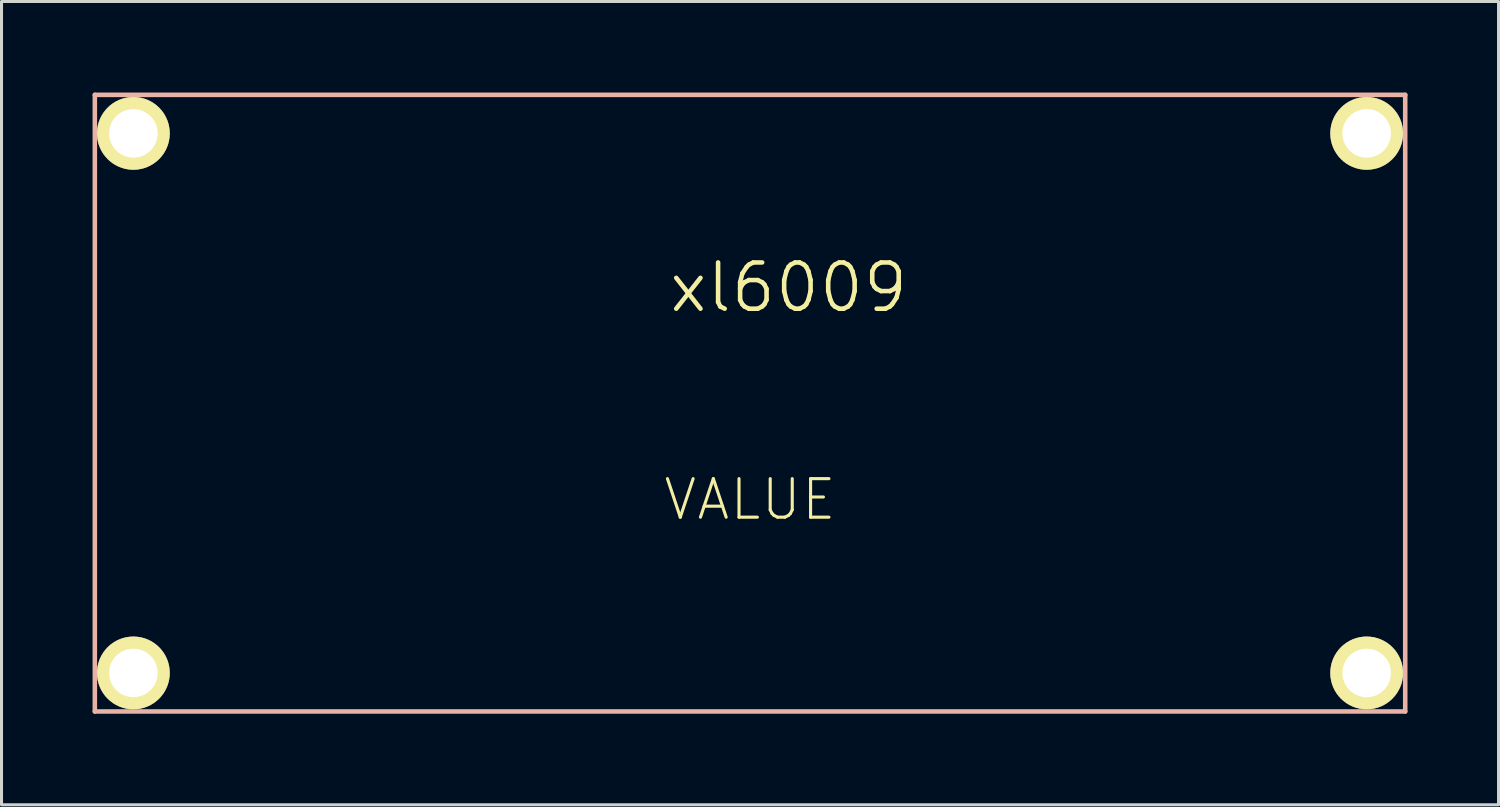
<source format=kicad_pcb>
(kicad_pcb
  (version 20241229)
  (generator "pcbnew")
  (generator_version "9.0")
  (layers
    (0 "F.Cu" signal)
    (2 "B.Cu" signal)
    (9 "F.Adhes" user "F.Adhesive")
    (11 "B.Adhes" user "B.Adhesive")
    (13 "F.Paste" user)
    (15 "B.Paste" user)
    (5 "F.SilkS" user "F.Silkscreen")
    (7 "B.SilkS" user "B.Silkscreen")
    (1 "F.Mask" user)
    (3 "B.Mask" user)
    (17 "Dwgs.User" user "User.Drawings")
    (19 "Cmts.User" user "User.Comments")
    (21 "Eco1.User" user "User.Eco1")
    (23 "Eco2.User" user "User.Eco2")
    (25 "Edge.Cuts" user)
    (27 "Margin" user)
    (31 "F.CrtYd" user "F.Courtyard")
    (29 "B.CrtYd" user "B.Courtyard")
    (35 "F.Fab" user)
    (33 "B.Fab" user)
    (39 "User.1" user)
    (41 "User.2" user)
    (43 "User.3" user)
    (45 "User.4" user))
  (footprint "xl6009"
    (layer "F.Cu")
    (at 30.555 12.775)
    (property "Reference" "xl6009" (at -7.62 -6.35 0) (layer "F.SilkS") (effects (font (size 1.524 1.524) (thickness 0.15))))
    (attr exclude_from_pos_files exclude_from_bom)
    (fp_line (start -30.48 -12.7) (end 12.7 -12.7) (stroke (width 0.15) (type solid)) (layer "B.SilkS"))
    (fp_line (start -30.48 7.62) (end -30.48 -12.7) (stroke (width 0.15) (type solid)) (layer "B.SilkS"))
    (fp_line (start 12.7 -12.7) (end 12.7 7.62) (stroke (width 0.15) (type solid)) (layer "B.SilkS"))
    (fp_line (start 12.7 7.62) (end -30.48 7.62) (stroke (width 0.15) (type solid)) (layer "B.SilkS"))
    (fp_text user "VALUE" (at -8.89 0.635 0) (layer "F.SilkS") (effects (font (size 1.27 1.27) (thickness 0.102))))
    (pad "IN+" thru_hole circle (at -29.21 -11.43) (size 2.398 2.398) (drill 1.598) (layers "*.Cu" "F.Mask" "F.SilkS" "F.Paste"))
    (pad "IN-" thru_hole circle (at -29.21 6.35) (size 2.398 2.398) (drill 1.598) (layers "*.Cu" "F.Mask" "F.SilkS" "F.Paste"))
    (pad "OUT+" thru_hole circle (at 11.43 -11.43) (size 2.398 2.398) (drill 1.598) (layers "*.Cu" "F.Mask" "F.SilkS" "F.Paste"))
    (pad "OUT-" thru_hole circle (at 11.43 6.35) (size 2.398 2.398) (drill 1.598) (layers "*.Cu" "F.Mask" "F.SilkS" "F.Paste")))
  (gr_rect
    (start -3 -3)
    (end 46.33 23.47)
    (stroke (width 0.1) (type default))
    (fill no)
    (layer "Edge.Cuts")))
</source>
